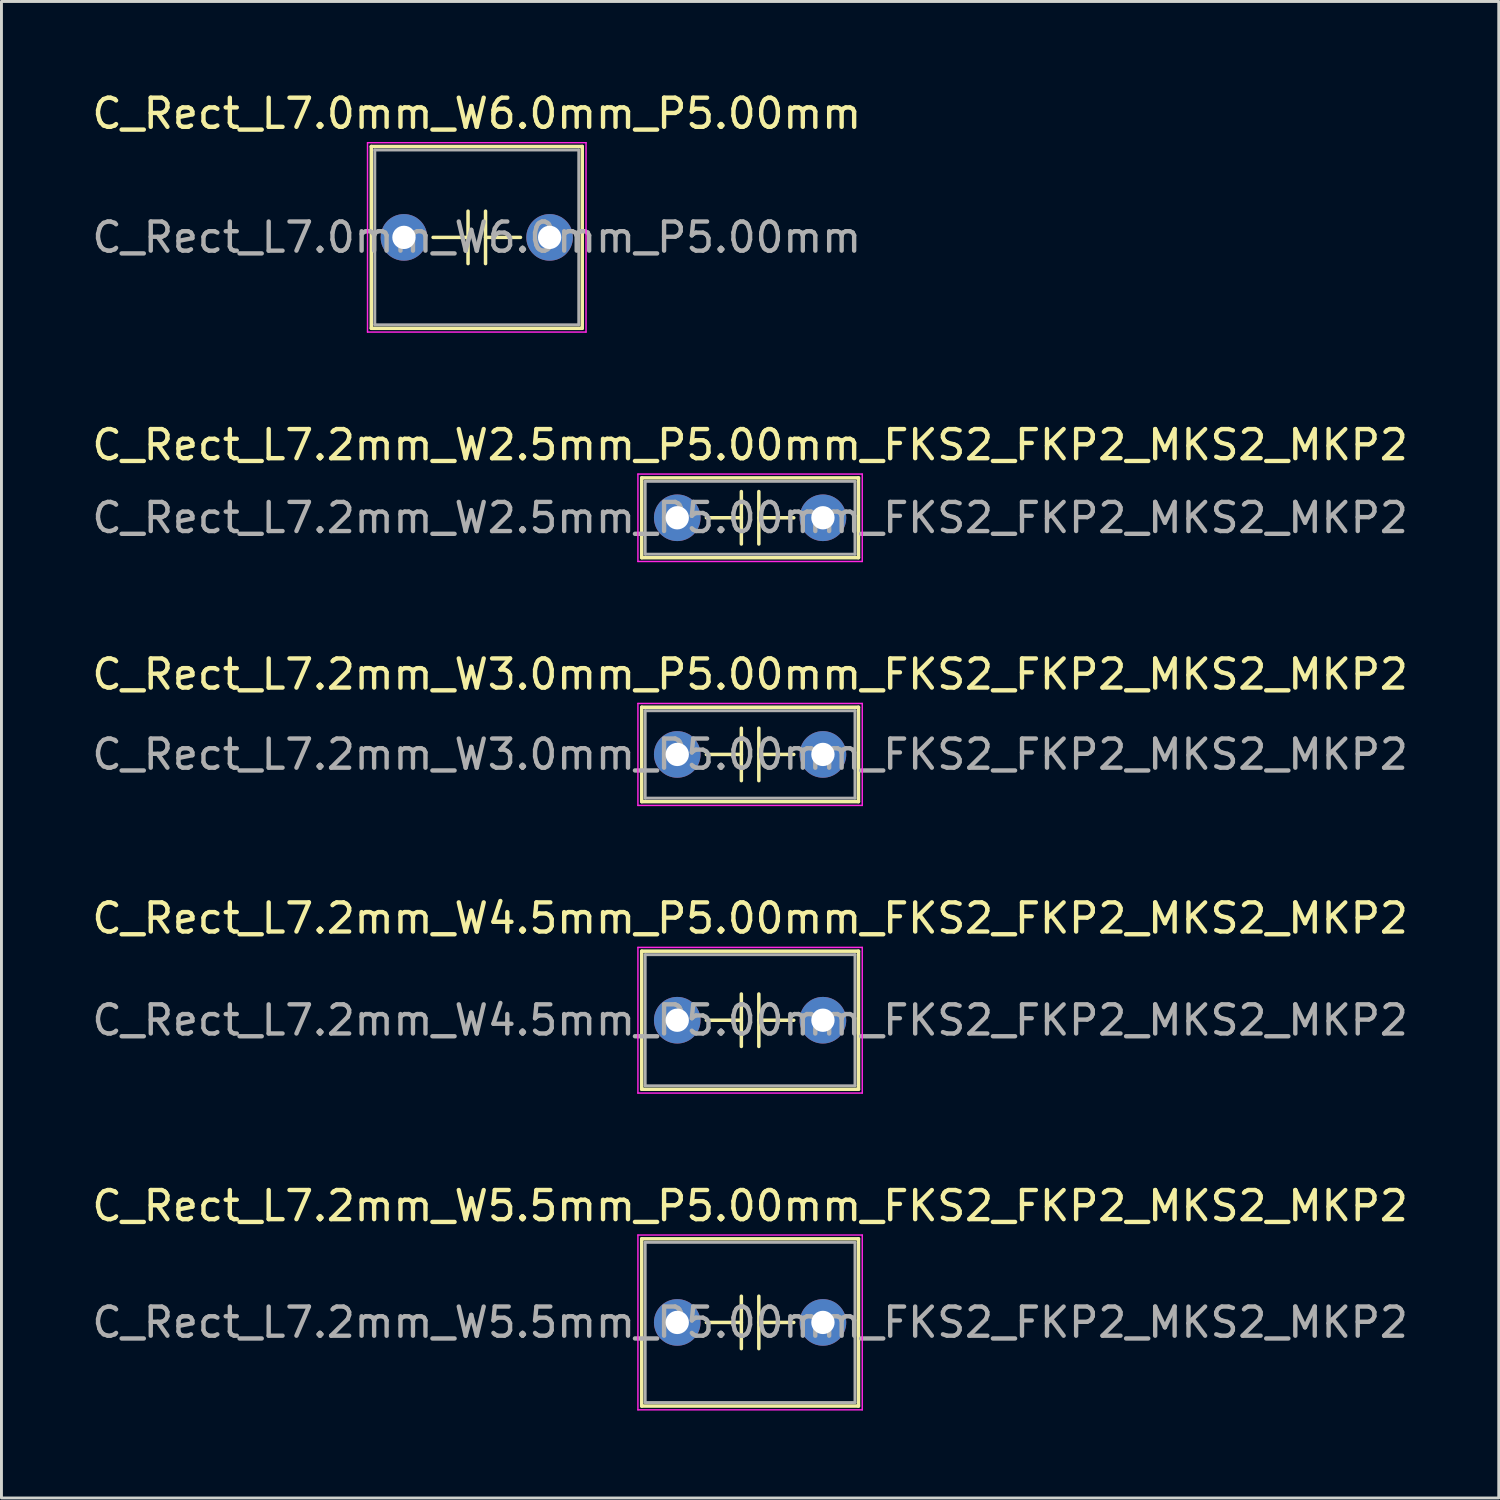
<source format=kicad_pcb>
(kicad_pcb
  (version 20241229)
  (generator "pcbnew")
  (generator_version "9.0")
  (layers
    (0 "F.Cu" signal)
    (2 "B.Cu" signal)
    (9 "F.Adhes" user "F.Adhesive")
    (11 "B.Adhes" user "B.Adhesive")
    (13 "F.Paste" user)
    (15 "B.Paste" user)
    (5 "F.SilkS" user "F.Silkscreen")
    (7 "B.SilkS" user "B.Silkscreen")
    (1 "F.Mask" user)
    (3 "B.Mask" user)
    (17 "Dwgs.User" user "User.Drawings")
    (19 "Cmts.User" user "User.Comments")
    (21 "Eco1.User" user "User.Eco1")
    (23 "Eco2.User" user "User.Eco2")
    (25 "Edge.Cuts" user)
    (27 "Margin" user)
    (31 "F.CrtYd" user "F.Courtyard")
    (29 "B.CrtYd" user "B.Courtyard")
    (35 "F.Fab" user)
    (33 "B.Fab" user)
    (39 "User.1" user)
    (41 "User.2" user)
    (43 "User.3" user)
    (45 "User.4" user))
  (footprint "C_Rect_L7.2mm_W5.5mm_P5.00mm_FKS2_FKP2_MKS2_MKP2"
    (layer "F.Cu")
    (at 20.196 42.341)
    (property "Reference" "C_Rect_L7.2mm_W5.5mm_P5.00mm_FKS2_FKP2_MKS2_MKP2" (at 2.5 -4 0) (layer "F.SilkS") (effects (font (size 1 1) (thickness 0.15))))
    (attr through_hole)
    (fp_line (start -1.22 -2.87) (end -1.22 2.87) (stroke (width 0.12) (type solid)) (layer "F.SilkS"))
    (fp_line (start -1.22 -2.87) (end 6.22 -2.87) (stroke (width 0.12) (type solid)) (layer "F.SilkS"))
    (fp_line (start -1.22 2.87) (end 6.22 2.87) (stroke (width 0.12) (type solid)) (layer "F.SilkS"))
    (fp_line (start 1 0) (end 2.2 0) (stroke (width 0.12) (type solid)) (layer "F.SilkS"))
    (fp_line (start 2.2 -0.9) (end 2.2 0.9) (stroke (width 0.12) (type solid)) (layer "F.SilkS"))
    (fp_line (start 2.8 -0.9) (end 2.8 0.9) (stroke (width 0.12) (type solid)) (layer "F.SilkS"))
    (fp_line (start 4 0) (end 2.8 0) (stroke (width 0.12) (type solid)) (layer "F.SilkS"))
    (fp_line (start 6.22 -2.87) (end 6.22 2.87) (stroke (width 0.12) (type solid)) (layer "F.SilkS"))
    (fp_line (start -1.35 -3) (end -1.35 3) (stroke (width 0.05) (type solid)) (layer "F.CrtYd"))
    (fp_line (start -1.35 3) (end 6.35 3) (stroke (width 0.05) (type solid)) (layer "F.CrtYd"))
    (fp_line (start 6.35 -3) (end -1.35 -3) (stroke (width 0.05) (type solid)) (layer "F.CrtYd"))
    (fp_line (start 6.35 3) (end 6.35 -3) (stroke (width 0.05) (type solid)) (layer "F.CrtYd"))
    (fp_line (start -1.1 -2.75) (end -1.1 2.75) (stroke (width 0.1) (type solid)) (layer "F.Fab"))
    (fp_line (start -1.1 2.75) (end 6.1 2.75) (stroke (width 0.1) (type solid)) (layer "F.Fab"))
    (fp_line (start 6.1 -2.75) (end -1.1 -2.75) (stroke (width 0.1) (type solid)) (layer "F.Fab"))
    (fp_line (start 6.1 2.75) (end 6.1 -2.75) (stroke (width 0.1) (type solid)) (layer "F.Fab"))
    (fp_text user "${REFERENCE}" (at 2.5 0 0) (layer "F.Fab") (effects (font (size 1 1) (thickness 0.15))))
    (pad "1" thru_hole circle (at 0 0) (size 1.6 1.6) (drill 0.8) (layers "*.Cu" "*.Mask"))
    (pad "2" thru_hole circle (at 5 0) (size 1.6 1.6) (drill 0.8) (layers "*.Cu" "*.Mask")))
  (footprint "C_Rect_L7.2mm_W2.5mm_P5.00mm_FKS2_FKP2_MKS2_MKP2"
    (layer "F.Cu")
    (at 20.196 14.722)
    (property "Reference" "C_Rect_L7.2mm_W2.5mm_P5.00mm_FKS2_FKP2_MKS2_MKP2" (at 2.5 -2.5 0) (layer "F.SilkS") (effects (font (size 1 1) (thickness 0.15))))
    (attr through_hole)
    (fp_line (start -1.22 -1.37) (end -1.22 1.37) (stroke (width 0.12) (type solid)) (layer "F.SilkS"))
    (fp_line (start -1.22 -1.37) (end 6.22 -1.37) (stroke (width 0.12) (type solid)) (layer "F.SilkS"))
    (fp_line (start -1.22 1.37) (end 6.22 1.37) (stroke (width 0.12) (type solid)) (layer "F.SilkS"))
    (fp_line (start 1 0) (end 2.2 0) (stroke (width 0.12) (type solid)) (layer "F.SilkS"))
    (fp_line (start 2.2 -0.9) (end 2.2 0.9) (stroke (width 0.12) (type solid)) (layer "F.SilkS"))
    (fp_line (start 2.8 -0.9) (end 2.8 0.9) (stroke (width 0.12) (type solid)) (layer "F.SilkS"))
    (fp_line (start 4 0) (end 2.8 0) (stroke (width 0.12) (type solid)) (layer "F.SilkS"))
    (fp_line (start 6.22 -1.37) (end 6.22 1.37) (stroke (width 0.12) (type solid)) (layer "F.SilkS"))
    (fp_line (start -1.35 -1.5) (end -1.35 1.5) (stroke (width 0.05) (type solid)) (layer "F.CrtYd"))
    (fp_line (start -1.35 1.5) (end 6.35 1.5) (stroke (width 0.05) (type solid)) (layer "F.CrtYd"))
    (fp_line (start 6.35 -1.5) (end -1.35 -1.5) (stroke (width 0.05) (type solid)) (layer "F.CrtYd"))
    (fp_line (start 6.35 1.5) (end 6.35 -1.5) (stroke (width 0.05) (type solid)) (layer "F.CrtYd"))
    (fp_line (start -1.1 -1.25) (end -1.1 1.25) (stroke (width 0.1) (type solid)) (layer "F.Fab"))
    (fp_line (start -1.1 1.25) (end 6.1 1.25) (stroke (width 0.1) (type solid)) (layer "F.Fab"))
    (fp_line (start 6.1 -1.25) (end -1.1 -1.25) (stroke (width 0.1) (type solid)) (layer "F.Fab"))
    (fp_line (start 6.1 1.25) (end 6.1 -1.25) (stroke (width 0.1) (type solid)) (layer "F.Fab"))
    (fp_text user "${REFERENCE}" (at 2.5 0 0) (layer "F.Fab") (effects (font (size 1 1) (thickness 0.15))))
    (pad "1" thru_hole circle (at 0 0) (size 1.6 1.6) (drill 0.8) (layers "*.Cu" "*.Mask"))
    (pad "2" thru_hole circle (at 5 0) (size 1.6 1.6) (drill 0.8) (layers "*.Cu" "*.Mask")))
  (footprint "C_Rect_L7.2mm_W3.0mm_P5.00mm_FKS2_FKP2_MKS2_MKP2"
    (layer "F.Cu")
    (at 20.196 22.845)
    (property "Reference" "C_Rect_L7.2mm_W3.0mm_P5.00mm_FKS2_FKP2_MKS2_MKP2" (at 2.5 -2.75 0) (layer "F.SilkS") (effects (font (size 1 1) (thickness 0.15))))
    (attr through_hole)
    (fp_line (start -1.22 -1.62) (end -1.22 1.62) (stroke (width 0.12) (type solid)) (layer "F.SilkS"))
    (fp_line (start -1.22 -1.62) (end 6.22 -1.62) (stroke (width 0.12) (type solid)) (layer "F.SilkS"))
    (fp_line (start -1.22 1.62) (end 6.22 1.62) (stroke (width 0.12) (type solid)) (layer "F.SilkS"))
    (fp_line (start 1 0) (end 2.2 0) (stroke (width 0.12) (type solid)) (layer "F.SilkS"))
    (fp_line (start 2.2 -0.9) (end 2.2 0.9) (stroke (width 0.12) (type solid)) (layer "F.SilkS"))
    (fp_line (start 2.8 -0.9) (end 2.8 0.9) (stroke (width 0.12) (type solid)) (layer "F.SilkS"))
    (fp_line (start 4 0) (end 2.8 0) (stroke (width 0.12) (type solid)) (layer "F.SilkS"))
    (fp_line (start 6.22 -1.62) (end 6.22 1.62) (stroke (width 0.12) (type solid)) (layer "F.SilkS"))
    (fp_line (start -1.35 -1.75) (end -1.35 1.75) (stroke (width 0.05) (type solid)) (layer "F.CrtYd"))
    (fp_line (start -1.35 1.75) (end 6.35 1.75) (stroke (width 0.05) (type solid)) (layer "F.CrtYd"))
    (fp_line (start 6.35 -1.75) (end -1.35 -1.75) (stroke (width 0.05) (type solid)) (layer "F.CrtYd"))
    (fp_line (start 6.35 1.75) (end 6.35 -1.75) (stroke (width 0.05) (type solid)) (layer "F.CrtYd"))
    (fp_line (start -1.1 -1.5) (end -1.1 1.5) (stroke (width 0.1) (type solid)) (layer "F.Fab"))
    (fp_line (start -1.1 1.5) (end 6.1 1.5) (stroke (width 0.1) (type solid)) (layer "F.Fab"))
    (fp_line (start 6.1 -1.5) (end -1.1 -1.5) (stroke (width 0.1) (type solid)) (layer "F.Fab"))
    (fp_line (start 6.1 1.5) (end 6.1 -1.5) (stroke (width 0.1) (type solid)) (layer "F.Fab"))
    (fp_text user "${REFERENCE}" (at 2.5 0 0) (layer "F.Fab") (effects (font (size 1 1) (thickness 0.15))))
    (pad "1" thru_hole circle (at 0 0) (size 1.6 1.6) (drill 0.8) (layers "*.Cu" "*.Mask"))
    (pad "2" thru_hole circle (at 5 0) (size 1.6 1.6) (drill 0.8) (layers "*.Cu" "*.Mask")))
  (footprint "C_Rect_L7.0mm_W6.0mm_P5.00mm"
    (layer "F.Cu")
    (at 10.815 5.098)
    (property "Reference" "C_Rect_L7.0mm_W6.0mm_P5.00mm" (at 2.5 -4.25 0) (layer "F.SilkS") (effects (font (size 1 1) (thickness 0.15))))
    (attr through_hole)
    (fp_line (start -1.12 -3.12) (end -1.12 3.12) (stroke (width 0.12) (type solid)) (layer "F.SilkS"))
    (fp_line (start -1.12 -3.12) (end 6.12 -3.12) (stroke (width 0.12) (type solid)) (layer "F.SilkS"))
    (fp_line (start -1.12 3.12) (end 6.12 3.12) (stroke (width 0.12) (type solid)) (layer "F.SilkS"))
    (fp_line (start 1 0) (end 2.2 0) (stroke (width 0.12) (type solid)) (layer "F.SilkS"))
    (fp_line (start 2.2 -0.9) (end 2.2 0.9) (stroke (width 0.12) (type solid)) (layer "F.SilkS"))
    (fp_line (start 2.8 -0.9) (end 2.8 0.9) (stroke (width 0.12) (type solid)) (layer "F.SilkS"))
    (fp_line (start 4 0) (end 2.8 0) (stroke (width 0.12) (type solid)) (layer "F.SilkS"))
    (fp_line (start 6.12 -3.12) (end 6.12 3.12) (stroke (width 0.12) (type solid)) (layer "F.SilkS"))
    (fp_line (start -1.25 -3.25) (end -1.25 3.25) (stroke (width 0.05) (type solid)) (layer "F.CrtYd"))
    (fp_line (start -1.25 3.25) (end 6.25 3.25) (stroke (width 0.05) (type solid)) (layer "F.CrtYd"))
    (fp_line (start 6.25 -3.25) (end -1.25 -3.25) (stroke (width 0.05) (type solid)) (layer "F.CrtYd"))
    (fp_line (start 6.25 3.25) (end 6.25 -3.25) (stroke (width 0.05) (type solid)) (layer "F.CrtYd"))
    (fp_line (start -1 -3) (end -1 3) (stroke (width 0.1) (type solid)) (layer "F.Fab"))
    (fp_line (start -1 3) (end 6 3) (stroke (width 0.1) (type solid)) (layer "F.Fab"))
    (fp_line (start 6 -3) (end -1 -3) (stroke (width 0.1) (type solid)) (layer "F.Fab"))
    (fp_line (start 6 3) (end 6 -3) (stroke (width 0.1) (type solid)) (layer "F.Fab"))
    (fp_text user "${REFERENCE}" (at 2.5 0 0) (layer "F.Fab") (effects (font (size 1 1) (thickness 0.15))))
    (pad "1" thru_hole circle (at 0 0) (size 1.6 1.6) (drill 0.8) (layers "*.Cu" "*.Mask"))
    (pad "2" thru_hole circle (at 5 0) (size 1.6 1.6) (drill 0.8) (layers "*.Cu" "*.Mask")))
  (footprint "C_Rect_L7.2mm_W4.5mm_P5.00mm_FKS2_FKP2_MKS2_MKP2"
    (layer "F.Cu")
    (at 20.196 31.968)
    (property "Reference" "C_Rect_L7.2mm_W4.5mm_P5.00mm_FKS2_FKP2_MKS2_MKP2" (at 2.5 -3.5 0) (layer "F.SilkS") (effects (font (size 1 1) (thickness 0.15))))
    (attr through_hole)
    (fp_line (start -1.22 -2.37) (end -1.22 2.37) (stroke (width 0.12) (type solid)) (layer "F.SilkS"))
    (fp_line (start -1.22 -2.37) (end 6.22 -2.37) (stroke (width 0.12) (type solid)) (layer "F.SilkS"))
    (fp_line (start -1.22 2.37) (end 6.22 2.37) (stroke (width 0.12) (type solid)) (layer "F.SilkS"))
    (fp_line (start 1 0) (end 2.2 0) (stroke (width 0.12) (type solid)) (layer "F.SilkS"))
    (fp_line (start 2.2 -0.9) (end 2.2 0.9) (stroke (width 0.12) (type solid)) (layer "F.SilkS"))
    (fp_line (start 2.8 -0.9) (end 2.8 0.9) (stroke (width 0.12) (type solid)) (layer "F.SilkS"))
    (fp_line (start 4 0) (end 2.8 0) (stroke (width 0.12) (type solid)) (layer "F.SilkS"))
    (fp_line (start 6.22 -2.37) (end 6.22 2.37) (stroke (width 0.12) (type solid)) (layer "F.SilkS"))
    (fp_line (start -1.35 -2.5) (end -1.35 2.5) (stroke (width 0.05) (type solid)) (layer "F.CrtYd"))
    (fp_line (start -1.35 2.5) (end 6.35 2.5) (stroke (width 0.05) (type solid)) (layer "F.CrtYd"))
    (fp_line (start 6.35 -2.5) (end -1.35 -2.5) (stroke (width 0.05) (type solid)) (layer "F.CrtYd"))
    (fp_line (start 6.35 2.5) (end 6.35 -2.5) (stroke (width 0.05) (type solid)) (layer "F.CrtYd"))
    (fp_line (start -1.1 -2.25) (end -1.1 2.25) (stroke (width 0.1) (type solid)) (layer "F.Fab"))
    (fp_line (start -1.1 2.25) (end 6.1 2.25) (stroke (width 0.1) (type solid)) (layer "F.Fab"))
    (fp_line (start 6.1 -2.25) (end -1.1 -2.25) (stroke (width 0.1) (type solid)) (layer "F.Fab"))
    (fp_line (start 6.1 2.25) (end 6.1 -2.25) (stroke (width 0.1) (type solid)) (layer "F.Fab"))
    (fp_text user "${REFERENCE}" (at 2.5 0 0) (layer "F.Fab") (effects (font (size 1 1) (thickness 0.15))))
    (pad "1" thru_hole circle (at 0 0) (size 1.6 1.6) (drill 0.8) (layers "*.Cu" "*.Mask"))
    (pad "2" thru_hole circle (at 5 0) (size 1.6 1.6) (drill 0.8) (layers "*.Cu" "*.Mask")))
  (gr_rect
    (start -3 -3)
    (end 48.393 48.366)
    (stroke (width 0.1) (type default))
    (fill no)
    (layer "Edge.Cuts")))
</source>
